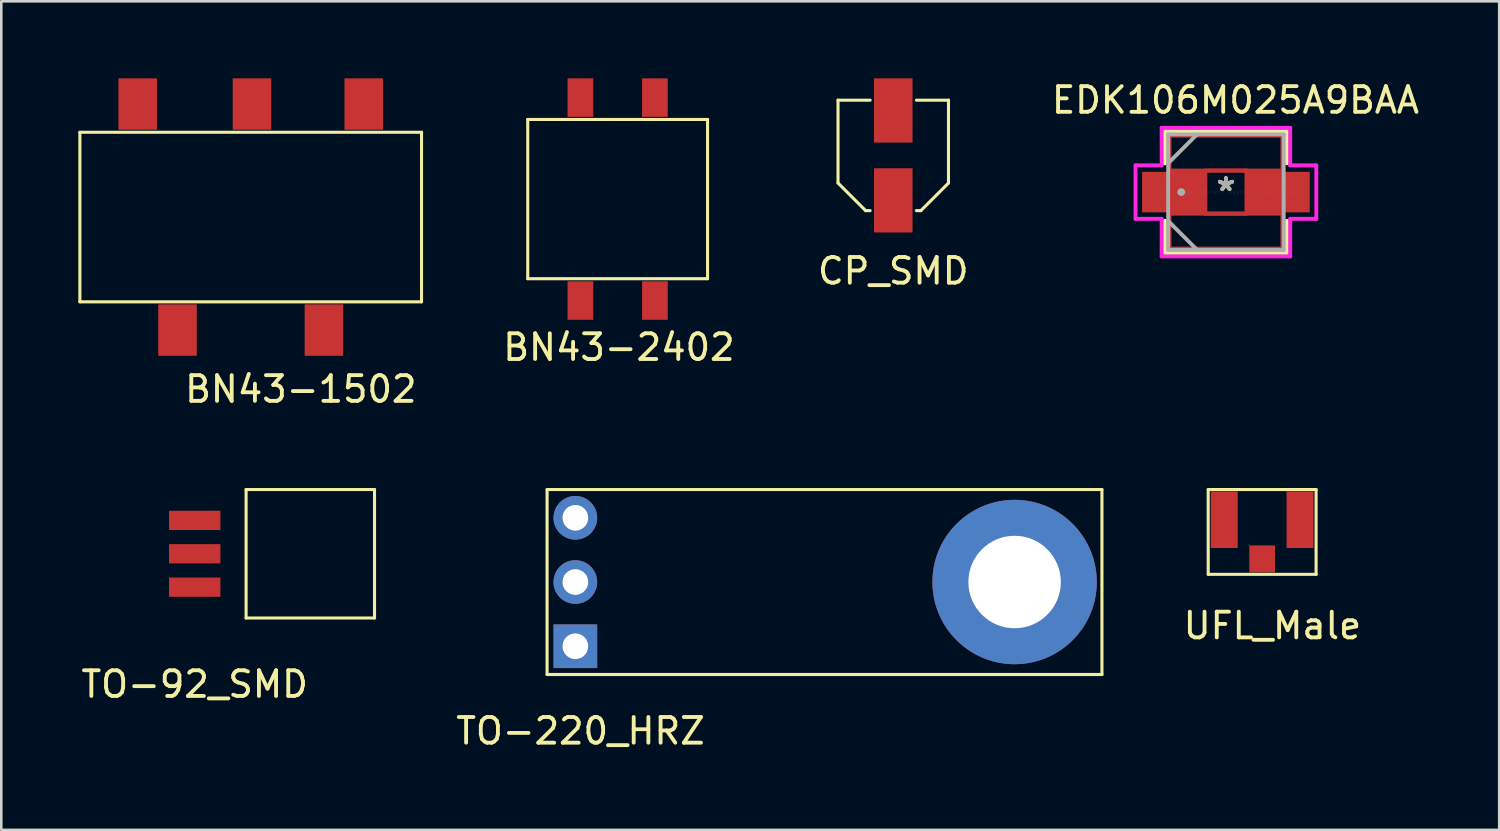
<source format=kicad_pcb>
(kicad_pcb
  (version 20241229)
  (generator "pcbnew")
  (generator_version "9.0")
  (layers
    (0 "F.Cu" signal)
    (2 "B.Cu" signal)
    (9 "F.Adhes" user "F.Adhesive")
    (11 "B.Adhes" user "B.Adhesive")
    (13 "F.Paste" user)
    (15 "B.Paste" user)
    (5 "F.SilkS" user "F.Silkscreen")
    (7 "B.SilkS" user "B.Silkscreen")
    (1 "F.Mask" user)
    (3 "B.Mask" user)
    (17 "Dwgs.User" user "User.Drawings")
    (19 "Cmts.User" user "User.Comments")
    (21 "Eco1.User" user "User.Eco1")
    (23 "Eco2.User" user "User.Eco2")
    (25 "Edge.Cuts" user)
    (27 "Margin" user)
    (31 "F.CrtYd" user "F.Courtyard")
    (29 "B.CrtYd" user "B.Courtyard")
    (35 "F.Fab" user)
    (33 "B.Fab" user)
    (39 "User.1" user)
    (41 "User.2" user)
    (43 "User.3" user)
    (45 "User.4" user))
  (footprint "TO-92_SMD"
    (layer "F.Cu")
    (at 7.53 18.508)
    (property "Reference" "TO-92_SMD" (at -3 5.08 0) (layer "F.SilkS") (effects (font (size 1 1) (thickness 0.15))))
    (attr through_hole)
    (fp_line (start -1 -2.5) (end -1 2.5) (stroke (width 0.12) (type solid)) (layer "F.SilkS"))
    (fp_line (start -1 2.5) (end 4 2.5) (stroke (width 0.12) (type solid)) (layer "F.SilkS"))
    (fp_line (start 4 -2.5) (end -1 -2.5) (stroke (width 0.12) (type solid)) (layer "F.SilkS"))
    (fp_line (start 4 2.5) (end 4 -2.5) (stroke (width 0.12) (type solid)) (layer "F.SilkS"))
    (pad "1" smd rect (at -3 1.3) (size 2 0.75) (layers "F.Cu" "F.Mask" "F.Paste"))
    (pad "2" smd rect (at -3 0) (size 2 0.75) (layers "F.Cu" "F.Mask" "F.Paste"))
    (pad "3" smd rect (at -3 -1.3) (size 2 0.75) (layers "F.Cu" "F.Mask" "F.Paste")))
  (footprint "TO-220_HRZ"
    (layer "F.Cu")
    (at 19.348 19.608)
    (property "Reference" "TO-220_HRZ" (at 0.2 5.8 0) (layer "F.SilkS") (effects (font (size 1 1) (thickness 0.15))))
    (attr through_hole)
    (fp_line (start -1.1 -3.6) (end 20.5 -3.6) (stroke (width 0.12) (type solid)) (layer "F.SilkS"))
    (fp_line (start -1.1 3.6) (end -1.1 -3.6) (stroke (width 0.12) (type solid)) (layer "F.SilkS"))
    (fp_line (start 20.5 -3.6) (end 20.5 3.6) (stroke (width 0.12) (type solid)) (layer "F.SilkS"))
    (fp_line (start 20.5 3.6) (end -1.1 3.6) (stroke (width 0.12) (type solid)) (layer "F.SilkS"))
    (pad "1" thru_hole rect (at 0 2.5) (size 1.7 1.7) (drill 1) (layers "*.Cu" "*.Mask"))
    (pad "2" thru_hole circle (at 0 0) (size 1.7 1.7) (drill 1) (layers "*.Cu" "*.Mask"))
    (pad "2" thru_hole circle (at 17.1 0) (size 6.4 6.4) (drill 3.6) (layers "*.Cu" "*.Mask"))
    (pad "3" thru_hole circle (at 0 -2.5) (size 1.7 1.7) (drill 1) (layers "*.Cu" "*.Mask")))
  (footprint "UFL_Male"
    (layer "F.Cu")
    (at 46.085 17.608)
    (property "Reference" "UFL_Male" (at 0.4 3.7 0) (layer "F.SilkS") (effects (font (size 1 1) (thickness 0.15))))
    (attr through_hole)
    (fp_line (start -2.1 -1.6) (end -2.1 1.7) (stroke (width 0.12) (type solid)) (layer "F.SilkS"))
    (fp_line (start -2.1 1.7) (end 2.1 1.7) (stroke (width 0.12) (type solid)) (layer "F.SilkS"))
    (fp_line (start 2.1 -1.6) (end -2.1 -1.6) (stroke (width 0.12) (type solid)) (layer "F.SilkS"))
    (fp_line (start 2.1 1.7) (end 2.1 -1.6) (stroke (width 0.12) (type solid)) (layer "F.SilkS"))
    (pad "1" smd rect (at 0 1.1) (size 1 1.05) (layers "F.Cu" "F.Mask" "F.Paste"))
    (pad "2" smd rect (at -1.475 -0.425) (size 1.05 2.2) (layers "F.Cu" "F.Mask" "F.Paste"))
    (pad "3" smd rect (at 1.475 -0.425) (size 1.05 2.2) (layers "F.Cu" "F.Mask" "F.Paste")))
  (footprint "EDK106M025A9BAA"
    (layer "F.Cu")
    (at 44.675 4.428)
    (property "Reference" "EDK106M025A9BAA" (at 0.37 -3.58 0) (layer "F.SilkS") (effects (font (size 1 1) (thickness 0.15))))
    (attr through_hole)
    (fp_line (start -2.197 -2.197) (end 2.197 -2.197) (stroke (width 0.152) (type solid)) (layer "F.Cu"))
    (fp_line (start -2.197 -0.838) (end -2.197 -2.197) (stroke (width 0.152) (type solid)) (layer "F.Cu"))
    (fp_line (start -2.197 0.838) (end 2.197 0.838) (stroke (width 0.152) (type solid)) (layer "F.Cu"))
    (fp_line (start -2.197 2.197) (end -2.197 0.838) (stroke (width 0.152) (type solid)) (layer "F.Cu"))
    (fp_line (start -0.8 -0.838) (end 0.8 -0.838) (stroke (width 0.152) (type solid)) (layer "F.Cu"))
    (fp_line (start -0.8 0.838) (end -0.8 -0.838) (stroke (width 0.152) (type solid)) (layer "F.Cu"))
    (fp_line (start 0.8 -0.838) (end 0.8 0.838) (stroke (width 0.152) (type solid)) (layer "F.Cu"))
    (fp_line (start 0.8 0.838) (end -0.8 0.838) (stroke (width 0.152) (type solid)) (layer "F.Cu"))
    (fp_line (start 2.197 -2.197) (end 2.197 -0.838) (stroke (width 0.152) (type solid)) (layer "F.Cu"))
    (fp_line (start 2.197 -0.838) (end -2.197 -0.838) (stroke (width 0.152) (type solid)) (layer "F.Cu"))
    (fp_line (start 2.197 0.838) (end 2.197 2.197) (stroke (width 0.152) (type solid)) (layer "F.Cu"))
    (fp_line (start 2.197 2.197) (end -2.197 2.197) (stroke (width 0.152) (type solid)) (layer "F.Cu"))
    (fp_line (start -2.375 -2.375) (end -2.375 -1.12) (stroke (width 0.152) (type solid)) (layer "F.SilkS"))
    (fp_line (start -2.375 1.12) (end -2.375 2.375) (stroke (width 0.152) (type solid)) (layer "F.SilkS"))
    (fp_line (start -2.375 2.375) (end 2.375 2.375) (stroke (width 0.152) (type solid)) (layer "F.SilkS"))
    (fp_line (start 2.375 -2.375) (end -2.375 -2.375) (stroke (width 0.152) (type solid)) (layer "F.SilkS"))
    (fp_line (start 2.375 -1.12) (end 2.375 -2.375) (stroke (width 0.152) (type solid)) (layer "F.SilkS"))
    (fp_line (start 2.375 2.375) (end 2.375 1.12) (stroke (width 0.152) (type solid)) (layer "F.SilkS"))
    (fp_line (start -3.518 -1.041) (end -2.502 -1.041) (stroke (width 0.152) (type solid)) (layer "F.CrtYd"))
    (fp_line (start -3.518 1.041) (end -3.518 -1.041) (stroke (width 0.152) (type solid)) (layer "F.CrtYd"))
    (fp_line (start -2.502 -2.502) (end 2.502 -2.502) (stroke (width 0.152) (type solid)) (layer "F.CrtYd"))
    (fp_line (start -2.502 -1.041) (end -2.502 -2.502) (stroke (width 0.152) (type solid)) (layer "F.CrtYd"))
    (fp_line (start -2.502 1.041) (end -3.518 1.041) (stroke (width 0.152) (type solid)) (layer "F.CrtYd"))
    (fp_line (start -2.502 2.502) (end -2.502 1.041) (stroke (width 0.152) (type solid)) (layer "F.CrtYd"))
    (fp_line (start 2.502 -2.502) (end 2.502 -1.041) (stroke (width 0.152) (type solid)) (layer "F.CrtYd"))
    (fp_line (start 2.502 -1.041) (end 3.518 -1.041) (stroke (width 0.152) (type solid)) (layer "F.CrtYd"))
    (fp_line (start 2.502 1.041) (end 2.502 2.502) (stroke (width 0.152) (type solid)) (layer "F.CrtYd"))
    (fp_line (start 2.502 2.502) (end -2.502 2.502) (stroke (width 0.152) (type solid)) (layer "F.CrtYd"))
    (fp_line (start 3.518 -1.041) (end 3.518 1.041) (stroke (width 0.152) (type solid)) (layer "F.CrtYd"))
    (fp_line (start 3.518 1.041) (end 2.502 1.041) (stroke (width 0.152) (type solid)) (layer "F.CrtYd"))
    (fp_line (start -2.248 -2.248) (end -2.248 2.248) (stroke (width 0.152) (type solid)) (layer "F.Fab"))
    (fp_line (start -2.248 -1.124) (end -1.124 -2.248) (stroke (width 0.152) (type solid)) (layer "F.Fab"))
    (fp_line (start -2.248 1.124) (end -1.124 2.248) (stroke (width 0.152) (type solid)) (layer "F.Fab"))
    (fp_line (start -2.248 2.248) (end 2.248 2.248) (stroke (width 0.152) (type solid)) (layer "F.Fab"))
    (fp_line (start 2.248 -2.248) (end -2.248 -2.248) (stroke (width 0.152) (type solid)) (layer "F.Fab"))
    (fp_line (start 2.248 2.248) (end 2.248 -2.248) (stroke (width 0.152) (type solid)) (layer "F.Fab"))
    (fp_circle (center -1.74 0) (end -1.74 0) (stroke (width 0.152) (type solid)) (fill no) (layer "F.Fab"))
    (fp_text user "*" (at 0 0 0) (layer "F.SilkS") (effects (font (size 1 1) (thickness 0.15))))
    (fp_text user "Copyright 2016 Accelerated Designs. All rights reserved." (at 0 0 0) (layer "Cmts.User") (effects (font (size 0.127 0.127) (thickness 0.002))))
    (fp_text user "*" (at 0 0 0) (layer "F.Fab") (effects (font (size 1 1) (thickness 0.15))))
    (pad "1" smd rect (at -2.057 0) (size 2.413 1.575) (layers "F.Cu" "F.Mask" "F.Paste"))
    (pad "2" smd rect (at 2.057 0) (size 2.413 1.575) (layers "F.Cu" "F.Mask" "F.Paste")))
  (footprint "CP_SMD"
    (layer "F.Cu")
    (at 31.724 3)
    (property "Reference" "CP_SMD" (at 0 4.5 0) (layer "F.SilkS") (effects (font (size 1 1) (thickness 0.15))))
    (attr through_hole)
    (fp_line (start -2.15 -2.15) (end -0.9 -2.15) (stroke (width 0.12) (type solid)) (layer "F.SilkS"))
    (fp_line (start -2.15 1.075) (end -2.15 -2.15) (stroke (width 0.12) (type solid)) (layer "F.SilkS"))
    (fp_line (start -1.075 2.15) (end -2.15 1.075) (stroke (width 0.12) (type solid)) (layer "F.SilkS"))
    (fp_line (start -0.9 2.15) (end -1.075 2.15) (stroke (width 0.12) (type solid)) (layer "F.SilkS"))
    (fp_line (start 0.9 -2.15) (end 2.15 -2.15) (stroke (width 0.12) (type solid)) (layer "F.SilkS"))
    (fp_line (start 1.075 2.15) (end 0.9 2.15) (stroke (width 0.12) (type solid)) (layer "F.SilkS"))
    (fp_line (start 2.15 -2.15) (end 2.15 1.075) (stroke (width 0.12) (type solid)) (layer "F.SilkS"))
    (fp_line (start 2.15 1.075) (end 1.075 2.15) (stroke (width 0.12) (type solid)) (layer "F.SilkS"))
    (pad "1" smd rect (at 0 1.75) (size 1.5 2.5) (layers "F.Cu" "F.Mask" "F.Paste"))
    (pad "2" smd rect (at 0 -1.75) (size 1.5 2.5) (layers "F.Cu" "F.Mask" "F.Paste")))
  (footprint "BN43-1502"
    (layer "F.Cu")
    (at 6.76 5.7)
    (property "Reference" "BN43-1502" (at 1.9 6.4 0) (layer "F.SilkS") (effects (font (size 1 1) (thickness 0.15))))
    (attr through_hole)
    (fp_line (start -6.7 -3.6) (end -6.7 3) (stroke (width 0.12) (type solid)) (layer "F.SilkS"))
    (fp_line (start -6.7 -3.6) (end 6.6 -3.6) (stroke (width 0.12) (type solid)) (layer "F.SilkS"))
    (fp_line (start -6.7 3) (end 6.6 3) (stroke (width 0.12) (type solid)) (layer "F.SilkS"))
    (fp_line (start 6.6 -3.6) (end 6.6 3) (stroke (width 0.12) (type solid)) (layer "F.SilkS"))
    (pad "1" smd rect (at 4.35 -4.7) (size 1.5 2) (layers "F.Cu" "F.Mask" "F.Paste"))
    (pad "2" smd rect (at 0 -4.7) (size 1.5 2) (layers "F.Cu" "F.Mask" "F.Paste"))
    (pad "3" smd rect (at -4.45 -4.7) (size 1.5 2) (layers "F.Cu" "F.Mask" "F.Paste"))
    (pad "4" smd rect (at -2.9 4.1) (size 1.5 2) (layers "F.Cu" "F.Mask" "F.Paste"))
    (pad "5" smd rect (at 2.8 4.1) (size 1.5 2) (layers "F.Cu" "F.Mask" "F.Paste")))
  (footprint "BN43-2402"
    (layer "F.Cu")
    (at 21.045 4.95)
    (property "Reference" "BN43-2402" (at 0 5.52 0) (layer "F.SilkS") (effects (font (size 1 1) (thickness 0.15))))
    (attr through_hole)
    (fp_line (start -3.55 -3.35) (end -3.55 2.85) (stroke (width 0.12) (type solid)) (layer "F.SilkS"))
    (fp_line (start -3.55 2.85) (end 3.45 2.85) (stroke (width 0.12) (type solid)) (layer "F.SilkS"))
    (fp_line (start 3.45 -3.35) (end -3.55 -3.35) (stroke (width 0.12) (type solid)) (layer "F.SilkS"))
    (fp_line (start 3.45 2.85) (end 3.45 -3.35) (stroke (width 0.12) (type solid)) (layer "F.SilkS"))
    (pad "1" smd rect (at -1.5 3.7) (size 1 1.5) (layers "F.Cu" "F.Mask" "F.Paste"))
    (pad "2" smd rect (at 1.4 3.7) (size 1 1.5) (layers "F.Cu" "F.Mask" "F.Paste"))
    (pad "3" smd rect (at 1.4 -4.2) (size 1 1.5) (layers "F.Cu" "F.Mask" "F.Paste"))
    (pad "4" smd rect (at -1.5 -4.2) (size 1 1.5) (layers "F.Cu" "F.Mask" "F.Paste")))
  (gr_rect
    (start -3 -3)
    (end 55.313 29.256)
    (stroke (width 0.1) (type default))
    (fill no)
    (layer "Edge.Cuts")))
</source>
